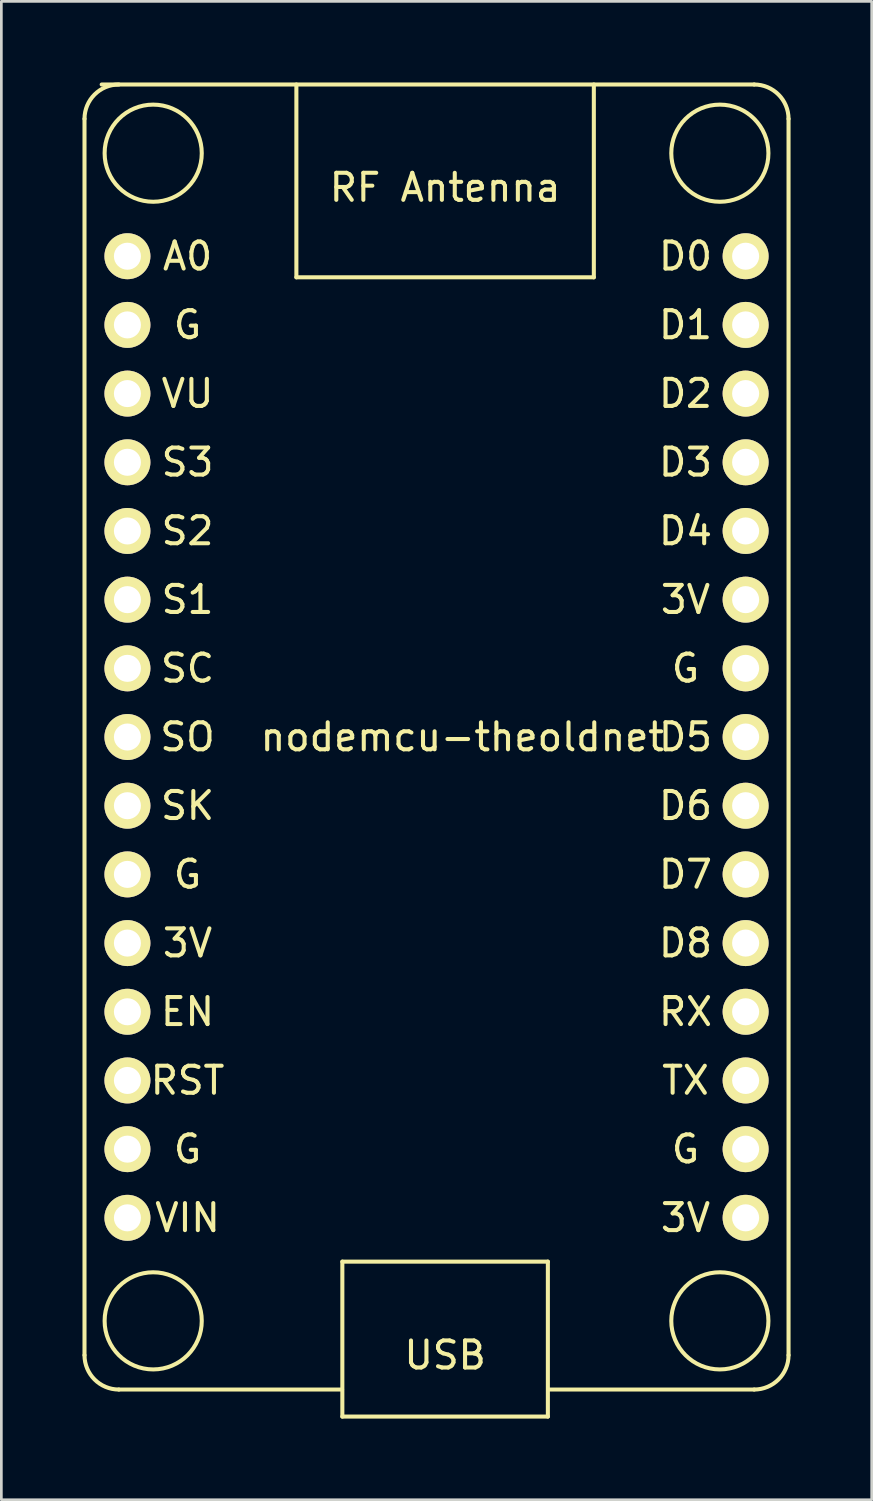
<source format=kicad_pcb>
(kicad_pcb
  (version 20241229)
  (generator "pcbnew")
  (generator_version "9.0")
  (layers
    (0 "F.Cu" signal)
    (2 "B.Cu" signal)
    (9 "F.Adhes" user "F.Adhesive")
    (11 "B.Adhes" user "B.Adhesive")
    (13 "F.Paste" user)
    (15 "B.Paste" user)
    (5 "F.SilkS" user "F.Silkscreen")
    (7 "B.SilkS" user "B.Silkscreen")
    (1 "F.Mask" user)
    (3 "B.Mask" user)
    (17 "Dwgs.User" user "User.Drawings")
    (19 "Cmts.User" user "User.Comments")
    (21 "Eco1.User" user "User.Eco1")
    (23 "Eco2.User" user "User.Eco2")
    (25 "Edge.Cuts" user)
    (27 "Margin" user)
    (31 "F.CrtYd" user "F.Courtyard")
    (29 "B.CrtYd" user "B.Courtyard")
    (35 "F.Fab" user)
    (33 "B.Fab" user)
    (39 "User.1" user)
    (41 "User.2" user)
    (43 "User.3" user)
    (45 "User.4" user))
  (footprint "nodemcu-theoldnet"
    (layer "F.Cu")
    (at 13.41 25.475)
    (property "Reference" "nodemcu-theoldnet" (at 0.635 -1.27 0) (layer "F.SilkS") (effects (font (size 1 1) (thickness 0.15))))
    (attr through_hole)
    (fp_line (start -13.335 -24.13) (end -13.335 21.59) (stroke (width 0.15) (type solid)) (layer "F.SilkS"))
    (fp_line (start -5.5 -18.27) (end -5.5 -25.4) (stroke (width 0.15) (type solid)) (layer "F.SilkS"))
    (fp_line (start -3.81 22.86) (end -12.065 22.86) (stroke (width 0.15) (type solid)) (layer "F.SilkS"))
    (fp_line (start -3.8 18.13) (end 3.8 18.13) (stroke (width 0.15) (type solid)) (layer "F.SilkS"))
    (fp_line (start -3.8 23.86) (end -3.8 18.13) (stroke (width 0.15) (type solid)) (layer "F.SilkS"))
    (fp_line (start 3.8 18.13) (end 3.8 23.86) (stroke (width 0.15) (type solid)) (layer "F.SilkS"))
    (fp_line (start 3.8 23.86) (end -3.8 23.86) (stroke (width 0.15) (type solid)) (layer "F.SilkS"))
    (fp_line (start 5.5 -25.4) (end 5.5 -18.27) (stroke (width 0.15) (type solid)) (layer "F.SilkS"))
    (fp_line (start 5.5 -18.27) (end -5.5 -18.27) (stroke (width 0.15) (type solid)) (layer "F.SilkS"))
    (fp_line (start 11.43 -25.4) (end -12.7 -25.4) (stroke (width 0.15) (type solid)) (layer "F.SilkS"))
    (fp_line (start 11.43 22.86) (end 3.81 22.86) (stroke (width 0.15) (type solid)) (layer "F.SilkS"))
    (fp_line (start 12.7 -24.13) (end 12.7 21.59) (stroke (width 0.15) (type solid)) (layer "F.SilkS"))
    (fp_arc (start -13.335 -24.13) (mid -12.963026 -25.028026) (end -12.065 -25.4) (stroke (width 0.15) (type solid)) (layer "F.SilkS"))
    (fp_arc (start -12.065 22.86) (mid -12.963026 22.488026) (end -13.335 21.59) (stroke (width 0.15) (type solid)) (layer "F.SilkS"))
    (fp_arc (start 11.43 -25.4) (mid 12.328026 -25.028026) (end 12.7 -24.13) (stroke (width 0.15) (type solid)) (layer "F.SilkS"))
    (fp_arc (start 12.7 21.59) (mid 12.328026 22.488026) (end 11.43 22.86) (stroke (width 0.15) (type solid)) (layer "F.SilkS"))
    (fp_circle (center -10.795 -22.86) (end -9.525 -24.13) (stroke (width 0.15) (type solid)) (fill no) (layer "F.SilkS"))
    (fp_circle (center -10.795 20.32) (end -9.525 19.05) (stroke (width 0.15) (type solid)) (fill no) (layer "F.SilkS"))
    (fp_circle (center 10.16 -22.86) (end 11.43 -24.13) (stroke (width 0.15) (type solid)) (fill no) (layer "F.SilkS"))
    (fp_circle (center 10.16 20.32) (end 11.43 19.05) (stroke (width 0.15) (type solid)) (fill no) (layer "F.SilkS"))
    (fp_text user "G" (at 8.89 13.97 0) (layer "F.SilkS") (effects (font (size 1 1) (thickness 0.15))))
    (fp_text user "S2" (at -9.525 -8.89 0) (layer "F.SilkS") (effects (font (size 1 1) (thickness 0.15))))
    (fp_text user "3V" (at 8.89 16.51 0) (layer "F.SilkS") (effects (font (size 1 1) (thickness 0.15))))
    (fp_text user "G" (at -9.525 -16.51 0) (layer "F.SilkS") (effects (font (size 1 1) (thickness 0.15))))
    (fp_text user "3V" (at 8.89 -6.35 0) (layer "F.SilkS") (effects (font (size 1 1) (thickness 0.15))))
    (fp_text user "A0" (at -9.525 -19.05 0) (layer "F.SilkS") (effects (font (size 1 1) (thickness 0.15))))
    (fp_text user "EN" (at -9.525 8.89 0) (layer "F.SilkS") (effects (font (size 1 1) (thickness 0.15))))
    (fp_text user "RST" (at -9.525 11.43 0) (layer "F.SilkS") (effects (font (size 1 1) (thickness 0.15))))
    (fp_text user "D2" (at 8.89 -13.97 0) (layer "F.SilkS") (effects (font (size 1 1) (thickness 0.15))))
    (fp_text user "D1" (at 8.89 -16.51 0) (layer "F.SilkS") (effects (font (size 1 1) (thickness 0.15))))
    (fp_text user "G" (at -9.525 3.81 0) (layer "F.SilkS") (effects (font (size 1 1) (thickness 0.15))))
    (fp_text user "RX" (at 8.89 8.89 0) (layer "F.SilkS") (effects (font (size 1 1) (thickness 0.15))))
    (fp_text user "G" (at -9.525 13.97 0) (layer "F.SilkS") (effects (font (size 1 1) (thickness 0.15))))
    (fp_text user "S1" (at -9.525 -6.35 0) (layer "F.SilkS") (effects (font (size 1 1) (thickness 0.15))))
    (fp_text user "VIN" (at -9.525 16.51 0) (layer "F.SilkS") (effects (font (size 1 1) (thickness 0.15))))
    (fp_text user "3V" (at -9.525 6.35 0) (layer "F.SilkS") (effects (font (size 1 1) (thickness 0.15))))
    (fp_text user "RF Antenna" (at 0 -21.59 0) (layer "F.SilkS") (effects (font (size 1 1) (thickness 0.15))))
    (fp_text user "SK" (at -9.525 1.27 0) (layer "F.SilkS") (effects (font (size 1 1) (thickness 0.15))))
    (fp_text user "D3" (at 8.89 -11.43 0) (layer "F.SilkS") (effects (font (size 1 1) (thickness 0.15))))
    (fp_text user "G" (at 8.89 -3.81 0) (layer "F.SilkS") (effects (font (size 1 1) (thickness 0.15))))
    (fp_text user "TX" (at 8.89 11.43 0) (layer "F.SilkS") (effects (font (size 1 1) (thickness 0.15))))
    (fp_text user "USB" (at 0 21.59 0) (layer "F.SilkS") (effects (font (size 1 1) (thickness 0.15))))
    (fp_text user "VU" (at -9.525 -13.97 0) (layer "F.SilkS") (effects (font (size 1 1) (thickness 0.15))))
    (fp_text user "SC" (at -9.525 -3.81 0) (layer "F.SilkS") (effects (font (size 1 1) (thickness 0.15))))
    (fp_text user "D5" (at 8.89 -1.27 0) (layer "F.SilkS") (effects (font (size 1 1) (thickness 0.15))))
    (fp_text user "D0" (at 8.89 -19.05 0) (layer "F.SilkS") (effects (font (size 1 1) (thickness 0.15))))
    (fp_text user "D6" (at 8.89 1.27 0) (layer "F.SilkS") (effects (font (size 1 1) (thickness 0.15))))
    (fp_text user "D7" (at 8.89 3.81 0) (layer "F.SilkS") (effects (font (size 1 1) (thickness 0.15))))
    (fp_text user "S3" (at -9.525 -11.43 0) (layer "F.SilkS") (effects (font (size 1 1) (thickness 0.15))))
    (fp_text user "D4" (at 8.89 -8.89 0) (layer "F.SilkS") (effects (font (size 1 1) (thickness 0.15))))
    (fp_text user "SO" (at -9.525 -1.27 0) (layer "F.SilkS") (effects (font (size 1 1) (thickness 0.15))))
    (fp_text user "D8" (at 8.89 6.35 0) (layer "F.SilkS") (effects (font (size 1 1) (thickness 0.15))))
    (pad "1" thru_hole circle (at -11.748 -19.05) (size 1.7 1.7) (drill 1) (layers "*.Cu" "*.Mask" "F.SilkS"))
    (pad "2" thru_hole circle (at -11.748 -16.51) (size 1.7 1.7) (drill 1) (layers "*.Cu" "*.Mask" "F.SilkS"))
    (pad "3" thru_hole circle (at -11.748 -13.97) (size 1.7 1.7) (drill 1) (layers "*.Cu" "*.Mask" "F.SilkS"))
    (pad "4" thru_hole circle (at -11.748 -11.43) (size 1.7 1.7) (drill 1) (layers "*.Cu" "*.Mask" "F.SilkS"))
    (pad "5" thru_hole circle (at -11.748 -8.89) (size 1.7 1.7) (drill 1) (layers "*.Cu" "*.Mask" "F.SilkS"))
    (pad "6" thru_hole circle (at -11.748 -6.35) (size 1.7 1.7) (drill 1) (layers "*.Cu" "*.Mask" "F.SilkS"))
    (pad "7" thru_hole circle (at -11.748 -3.81) (size 1.7 1.7) (drill 1) (layers "*.Cu" "*.Mask" "F.SilkS"))
    (pad "8" thru_hole circle (at -11.748 -1.27) (size 1.7 1.7) (drill 1) (layers "*.Cu" "*.Mask" "F.SilkS"))
    (pad "9" thru_hole circle (at -11.748 1.27) (size 1.7 1.7) (drill 1) (layers "*.Cu" "*.Mask" "F.SilkS"))
    (pad "10" thru_hole circle (at -11.748 3.81) (size 1.7 1.7) (drill 1) (layers "*.Cu" "*.Mask" "F.SilkS"))
    (pad "11" thru_hole circle (at -11.748 6.35) (size 1.7 1.7) (drill 1) (layers "*.Cu" "*.Mask" "F.SilkS"))
    (pad "12" thru_hole circle (at -11.748 8.89) (size 1.7 1.7) (drill 1) (layers "*.Cu" "*.Mask" "F.SilkS"))
    (pad "13" thru_hole circle (at -11.748 11.43) (size 1.7 1.7) (drill 1) (layers "*.Cu" "*.Mask" "F.SilkS"))
    (pad "14" thru_hole circle (at -11.748 13.97) (size 1.7 1.7) (drill 1) (layers "*.Cu" "*.Mask" "F.SilkS"))
    (pad "15" thru_hole circle (at -11.748 16.51) (size 1.7 1.7) (drill 1) (layers "*.Cu" "*.Mask" "F.SilkS"))
    (pad "16" thru_hole circle (at 11.113 16.51) (size 1.7 1.7) (drill 1) (layers "*.Cu" "*.Mask" "F.SilkS"))
    (pad "17" thru_hole circle (at 11.113 13.97) (size 1.7 1.7) (drill 1) (layers "*.Cu" "*.Mask" "F.SilkS"))
    (pad "18" thru_hole circle (at 11.113 11.43) (size 1.7 1.7) (drill 1) (layers "*.Cu" "*.Mask" "F.SilkS"))
    (pad "19" thru_hole circle (at 11.113 8.89) (size 1.7 1.7) (drill 1) (layers "*.Cu" "*.Mask" "F.SilkS"))
    (pad "20" thru_hole circle (at 11.113 6.35) (size 1.7 1.7) (drill 1) (layers "*.Cu" "*.Mask" "F.SilkS"))
    (pad "21" thru_hole circle (at 11.113 3.81) (size 1.7 1.7) (drill 1) (layers "*.Cu" "*.Mask" "F.SilkS"))
    (pad "22" thru_hole circle (at 11.113 1.27) (size 1.7 1.7) (drill 1) (layers "*.Cu" "*.Mask" "F.SilkS"))
    (pad "23" thru_hole circle (at 11.113 -1.27) (size 1.7 1.7) (drill 1) (layers "*.Cu" "*.Mask" "F.SilkS"))
    (pad "24" thru_hole circle (at 11.113 -3.81) (size 1.7 1.7) (drill 1) (layers "*.Cu" "*.Mask" "F.SilkS"))
    (pad "25" thru_hole circle (at 11.113 -6.35) (size 1.7 1.7) (drill 1) (layers "*.Cu" "*.Mask" "F.SilkS"))
    (pad "26" thru_hole circle (at 11.113 -8.89) (size 1.7 1.7) (drill 1) (layers "*.Cu" "*.Mask" "F.SilkS"))
    (pad "27" thru_hole circle (at 11.113 -11.43) (size 1.7 1.7) (drill 1) (layers "*.Cu" "*.Mask" "F.SilkS"))
    (pad "28" thru_hole circle (at 11.113 -13.97) (size 1.7 1.7) (drill 1) (layers "*.Cu" "*.Mask" "F.SilkS"))
    (pad "29" thru_hole circle (at 11.113 -16.51) (size 1.7 1.7) (drill 1) (layers "*.Cu" "*.Mask" "F.SilkS"))
    (pad "30" thru_hole circle (at 11.113 -19.05) (size 1.7 1.7) (drill 1) (layers "*.Cu" "*.Mask" "F.SilkS")))
  (gr_rect
    (start -3 -3)
    (end 29.185 52.41)
    (stroke (width 0.1) (type default))
    (fill no)
    (layer "Edge.Cuts")))
</source>
